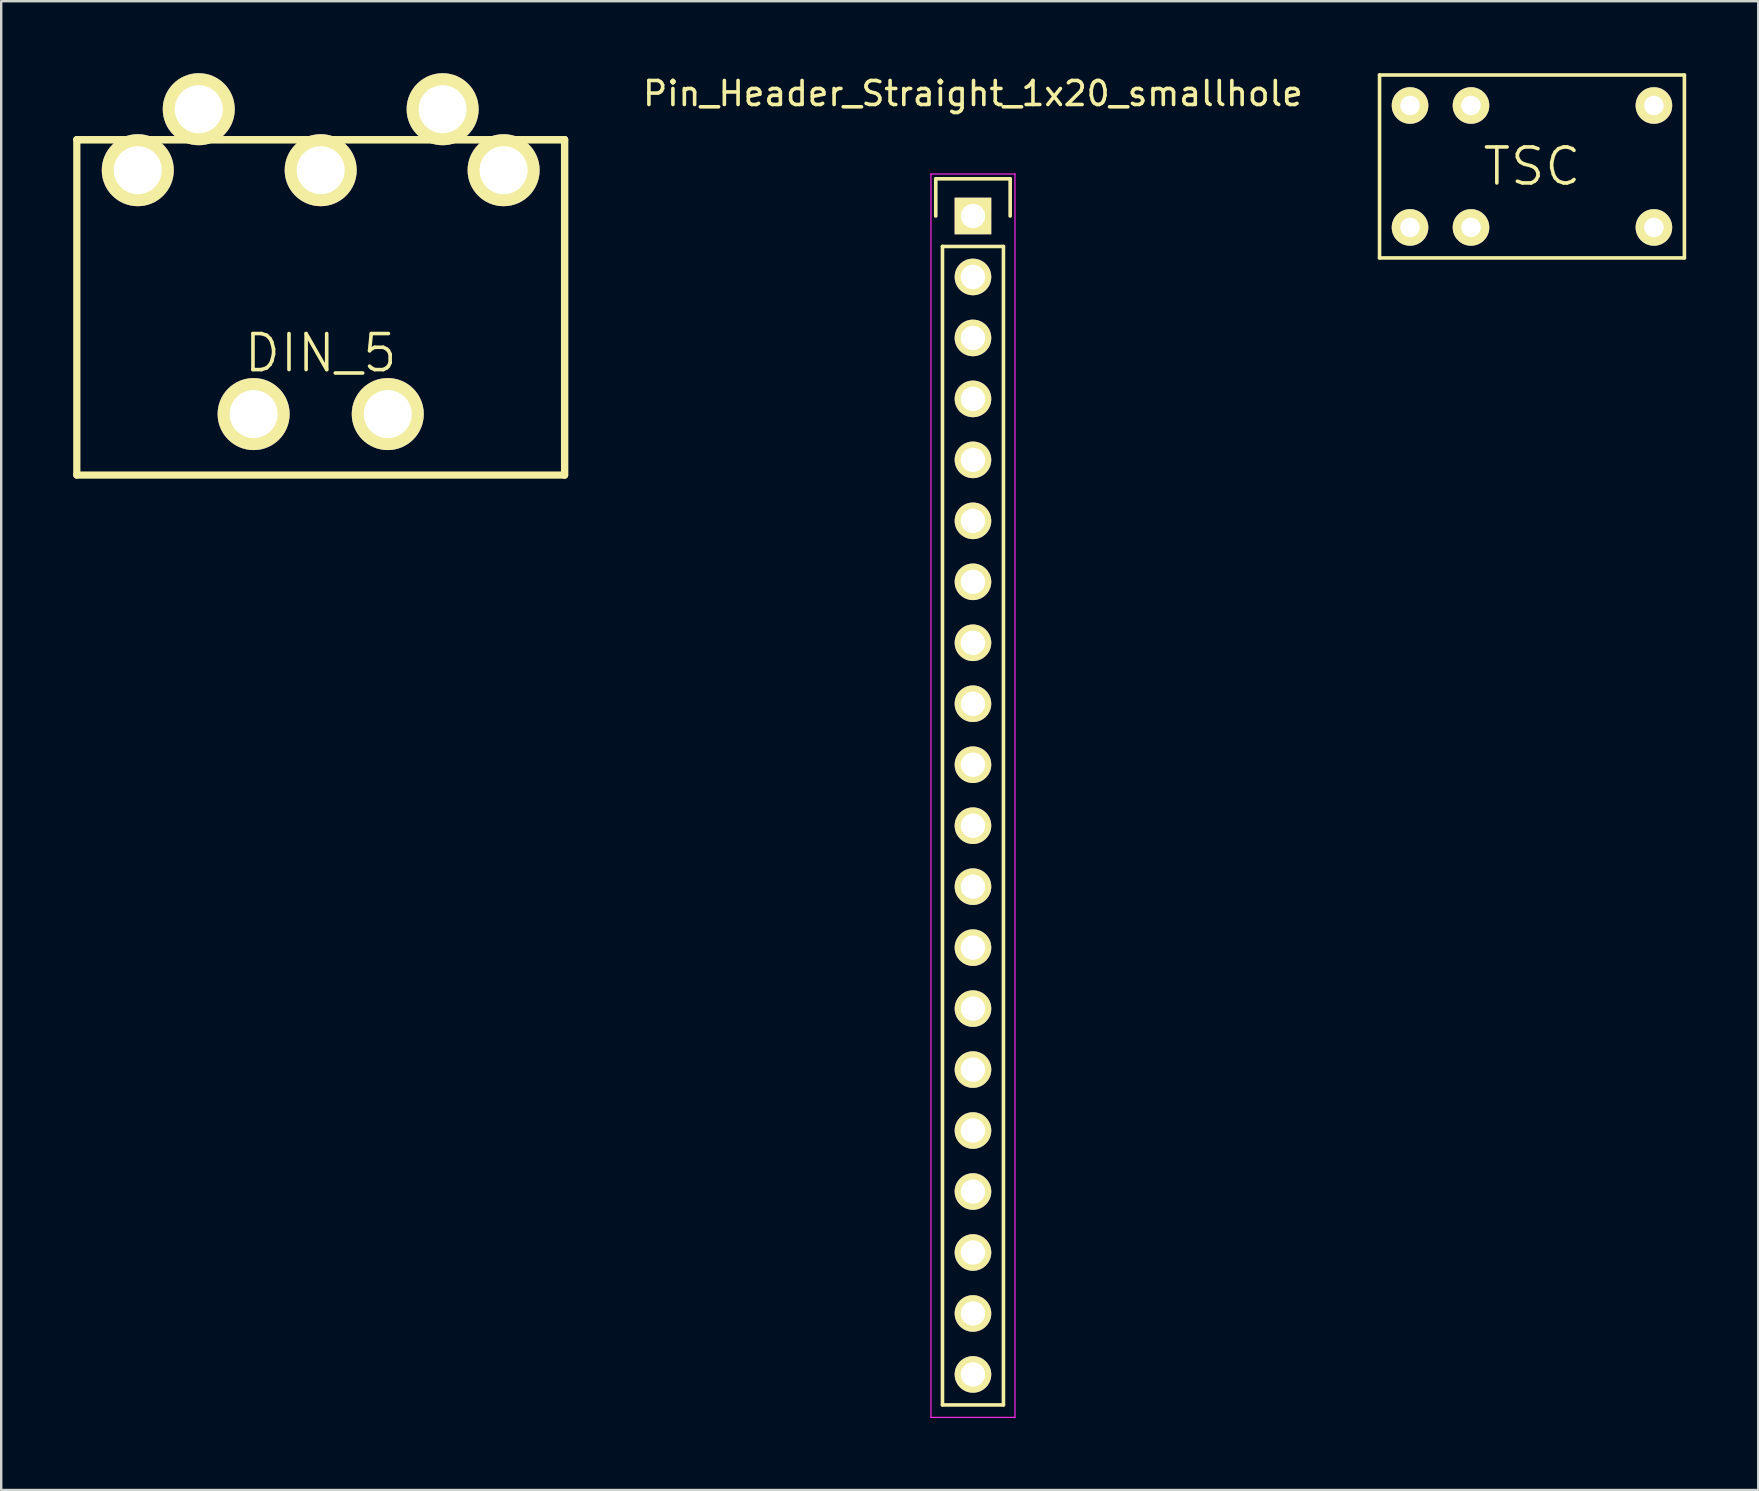
<source format=kicad_pcb>
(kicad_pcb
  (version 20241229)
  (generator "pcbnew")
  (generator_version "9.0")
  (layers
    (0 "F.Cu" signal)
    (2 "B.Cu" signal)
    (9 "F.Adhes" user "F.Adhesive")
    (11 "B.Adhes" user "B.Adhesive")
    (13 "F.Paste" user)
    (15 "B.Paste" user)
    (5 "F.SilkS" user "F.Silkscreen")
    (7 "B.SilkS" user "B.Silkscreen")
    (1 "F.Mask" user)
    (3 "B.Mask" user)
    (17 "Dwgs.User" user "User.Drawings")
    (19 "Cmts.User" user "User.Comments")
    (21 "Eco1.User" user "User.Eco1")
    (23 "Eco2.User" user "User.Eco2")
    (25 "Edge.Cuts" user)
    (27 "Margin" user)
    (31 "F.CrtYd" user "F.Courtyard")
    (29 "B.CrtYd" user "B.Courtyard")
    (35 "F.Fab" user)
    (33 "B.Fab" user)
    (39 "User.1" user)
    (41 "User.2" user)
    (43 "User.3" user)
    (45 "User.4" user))
  (footprint "DIN_5"
    (layer "F.Cu")
    (at 10.31 4.04)
    (property "Reference" "DIN_5" (at 0 7.62 0) (layer "F.SilkS") (effects (font (size 1.5 1.5) (thickness 0.15))))
    (attr through_hole)
    (fp_line (start -10.16 -1.27) (end -10.16 12.7) (stroke (width 0.3) (type solid)) (layer "F.SilkS"))
    (fp_line (start -10.16 -1.27) (end 10.16 -1.27) (stroke (width 0.3) (type solid)) (layer "F.SilkS"))
    (fp_line (start -10.16 12.7) (end 10.16 12.7) (stroke (width 0.3) (type solid)) (layer "F.SilkS"))
    (fp_line (start 10.16 -1.27) (end -10.16 -1.27) (stroke (width 0.3) (type solid)) (layer "F.SilkS"))
    (fp_line (start 10.16 -1.27) (end 10.16 12.7) (stroke (width 0.3) (type solid)) (layer "F.SilkS"))
    (fp_line (start 10.16 12.7) (end 10.16 -1.27) (stroke (width 0.3) (type solid)) (layer "F.SilkS"))
    (pad "" thru_hole circle (at -2.794 10.16) (size 3 3) (drill 2) (layers "*.Cu" "*.Mask" "F.SilkS"))
    (pad "" thru_hole circle (at 2.794 10.16) (size 3 3) (drill 2) (layers "*.Cu" "*.Mask" "F.SilkS"))
    (pad "1" thru_hole circle (at -7.62 0) (size 3 3) (drill 2) (layers "*.Cu" "*.Mask" "F.SilkS"))
    (pad "2" thru_hole circle (at -5.08 -2.54) (size 3 3) (drill 2) (layers "*.Cu" "*.Mask" "F.SilkS"))
    (pad "3" thru_hole circle (at 0 0) (size 3 3) (drill 2) (layers "*.Cu" "*.Mask" "F.SilkS"))
    (pad "4" thru_hole circle (at 5.08 -2.54) (size 3 3) (drill 2) (layers "*.Cu" "*.Mask" "F.SilkS"))
    (pad "5" thru_hole circle (at 7.62 0) (size 3 3) (drill 2) (layers "*.Cu" "*.Mask" "F.SilkS")))
  (footprint "TSC"
    (layer "F.Cu")
    (at 60.771 3.885)
    (property "Reference" "TSC" (at 0 0 0) (layer "F.SilkS") (effects (font (size 1.5 1.5) (thickness 0.15))))
    (attr through_hole)
    (fp_line (start -6.35 -3.81) (end 6.35 -3.81) (stroke (width 0.15) (type solid)) (layer "F.SilkS"))
    (fp_line (start -6.35 3.81) (end -6.35 -3.81) (stroke (width 0.15) (type solid)) (layer "F.SilkS"))
    (fp_line (start 6.35 -3.81) (end 6.35 3.81) (stroke (width 0.15) (type solid)) (layer "F.SilkS"))
    (fp_line (start 6.35 3.81) (end -6.35 3.81) (stroke (width 0.15) (type solid)) (layer "F.SilkS"))
    (pad "1" thru_hole circle (at -5.08 2.54) (size 1.524 1.524) (drill 0.813) (layers "*.Cu" "*.Mask" "F.SilkS"))
    (pad "2" thru_hole circle (at -2.54 2.54) (size 1.524 1.524) (drill 0.813) (layers "*.Cu" "*.Mask" "F.SilkS"))
    (pad "3" thru_hole circle (at 5.08 2.54) (size 1.524 1.524) (drill 0.813) (layers "*.Cu" "*.Mask" "F.SilkS"))
    (pad "4" thru_hole circle (at 5.08 -2.54) (size 1.524 1.524) (drill 0.813) (layers "*.Cu" "*.Mask" "F.SilkS"))
    (pad "5" thru_hole circle (at -2.54 -2.54) (size 1.524 1.524) (drill 0.813) (layers "*.Cu" "*.Mask" "F.SilkS"))
    (pad "6" thru_hole circle (at -5.08 -2.54) (size 1.524 1.524) (drill 0.813) (layers "*.Cu" "*.Mask" "F.SilkS")))
  (footprint "Pin_Header_Straight_1x20_smallhole"
    (layer "F.Cu")
    (at 37.483 5.948)
    (property "Reference" "Pin_Header_Straight_1x20_smallhole" (at 0 -5.1 0) (layer "F.SilkS") (effects (font (size 1 1) (thickness 0.15))))
    (attr through_hole)
    (fp_line (start -1.55 -1.55) (end 1.55 -1.55) (stroke (width 0.15) (type solid)) (layer "F.SilkS"))
    (fp_line (start -1.55 0) (end -1.55 -1.55) (stroke (width 0.15) (type solid)) (layer "F.SilkS"))
    (fp_line (start -1.27 49.53) (end -1.27 1.27) (stroke (width 0.15) (type solid)) (layer "F.SilkS"))
    (fp_line (start 1.27 1.27) (end -1.27 1.27) (stroke (width 0.15) (type solid)) (layer "F.SilkS"))
    (fp_line (start 1.27 1.27) (end 1.27 49.53) (stroke (width 0.15) (type solid)) (layer "F.SilkS"))
    (fp_line (start 1.27 49.53) (end -1.27 49.53) (stroke (width 0.15) (type solid)) (layer "F.SilkS"))
    (fp_line (start 1.55 -1.55) (end 1.55 0) (stroke (width 0.15) (type solid)) (layer "F.SilkS"))
    (fp_line (start -1.75 -1.75) (end -1.75 50.05) (stroke (width 0.05) (type solid)) (layer "F.CrtYd"))
    (fp_line (start -1.75 -1.75) (end 1.75 -1.75) (stroke (width 0.05) (type solid)) (layer "F.CrtYd"))
    (fp_line (start -1.75 50.05) (end 1.75 50.05) (stroke (width 0.05) (type solid)) (layer "F.CrtYd"))
    (fp_line (start 1.75 -1.75) (end 1.75 50.05) (stroke (width 0.05) (type solid)) (layer "F.CrtYd"))
    (pad "1" thru_hole rect (at 0 0) (size 1.524 1.524) (drill 1.016) (layers "*.Cu" "*.Mask" "F.SilkS"))
    (pad "2" thru_hole circle (at 0 2.54) (size 1.524 1.524) (drill 1.016) (layers "*.Cu" "*.Mask" "F.SilkS"))
    (pad "3" thru_hole circle (at 0 5.08) (size 1.524 1.524) (drill 1.016) (layers "*.Cu" "*.Mask" "F.SilkS"))
    (pad "4" thru_hole circle (at 0 7.62) (size 1.524 1.524) (drill 1.016) (layers "*.Cu" "*.Mask" "F.SilkS"))
    (pad "5" thru_hole circle (at 0 10.16) (size 1.524 1.524) (drill 1.016) (layers "*.Cu" "*.Mask" "F.SilkS"))
    (pad "6" thru_hole circle (at 0 12.7) (size 1.524 1.524) (drill 1.016) (layers "*.Cu" "*.Mask" "F.SilkS"))
    (pad "7" thru_hole circle (at 0 15.24) (size 1.524 1.524) (drill 1.016) (layers "*.Cu" "*.Mask" "F.SilkS"))
    (pad "8" thru_hole circle (at 0 17.78) (size 1.524 1.524) (drill 1.016) (layers "*.Cu" "*.Mask" "F.SilkS"))
    (pad "9" thru_hole circle (at 0 20.32) (size 1.524 1.524) (drill 1.016) (layers "*.Cu" "*.Mask" "F.SilkS"))
    (pad "10" thru_hole circle (at 0 22.86) (size 1.524 1.524) (drill 1.016) (layers "*.Cu" "*.Mask" "F.SilkS"))
    (pad "11" thru_hole circle (at 0 25.4) (size 1.524 1.524) (drill 1.016) (layers "*.Cu" "*.Mask" "F.SilkS"))
    (pad "12" thru_hole circle (at 0 27.94) (size 1.524 1.524) (drill 1.016) (layers "*.Cu" "*.Mask" "F.SilkS"))
    (pad "13" thru_hole circle (at 0 30.48) (size 1.524 1.524) (drill 1.016) (layers "*.Cu" "*.Mask" "F.SilkS"))
    (pad "14" thru_hole circle (at 0 33.02) (size 1.524 1.524) (drill 1.016) (layers "*.Cu" "*.Mask" "F.SilkS"))
    (pad "15" thru_hole circle (at 0 35.56) (size 1.524 1.524) (drill 1.016) (layers "*.Cu" "*.Mask" "F.SilkS"))
    (pad "16" thru_hole circle (at 0 38.1) (size 1.524 1.524) (drill 1.016) (layers "*.Cu" "*.Mask" "F.SilkS"))
    (pad "17" thru_hole circle (at 0 40.64) (size 1.524 1.524) (drill 1.016) (layers "*.Cu" "*.Mask" "F.SilkS"))
    (pad "18" thru_hole circle (at 0 43.18) (size 1.524 1.524) (drill 1.016) (layers "*.Cu" "*.Mask" "F.SilkS"))
    (pad "19" thru_hole circle (at 0 45.72) (size 1.524 1.524) (drill 1.016) (layers "*.Cu" "*.Mask" "F.SilkS"))
    (pad "20" thru_hole circle (at 0 48.26) (size 1.524 1.524) (drill 1.016) (layers "*.Cu" "*.Mask" "F.SilkS")))
  (gr_rect
    (start -3 -3)
    (end 70.196 59.023)
    (stroke (width 0.1) (type default))
    (fill no)
    (layer "Edge.Cuts")))
</source>
